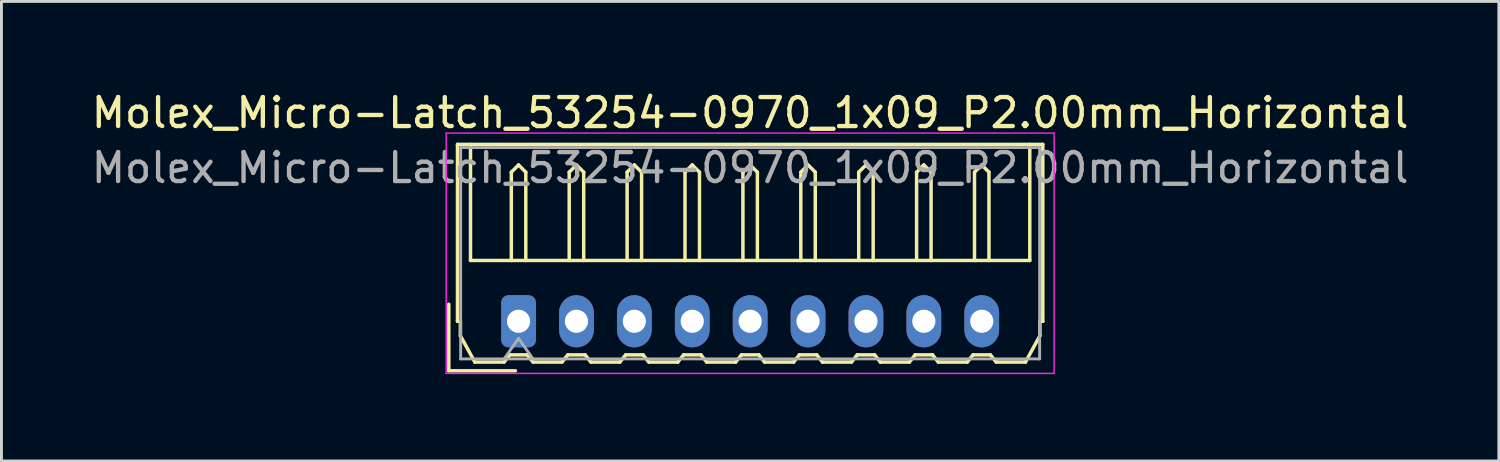
<source format=kicad_pcb>
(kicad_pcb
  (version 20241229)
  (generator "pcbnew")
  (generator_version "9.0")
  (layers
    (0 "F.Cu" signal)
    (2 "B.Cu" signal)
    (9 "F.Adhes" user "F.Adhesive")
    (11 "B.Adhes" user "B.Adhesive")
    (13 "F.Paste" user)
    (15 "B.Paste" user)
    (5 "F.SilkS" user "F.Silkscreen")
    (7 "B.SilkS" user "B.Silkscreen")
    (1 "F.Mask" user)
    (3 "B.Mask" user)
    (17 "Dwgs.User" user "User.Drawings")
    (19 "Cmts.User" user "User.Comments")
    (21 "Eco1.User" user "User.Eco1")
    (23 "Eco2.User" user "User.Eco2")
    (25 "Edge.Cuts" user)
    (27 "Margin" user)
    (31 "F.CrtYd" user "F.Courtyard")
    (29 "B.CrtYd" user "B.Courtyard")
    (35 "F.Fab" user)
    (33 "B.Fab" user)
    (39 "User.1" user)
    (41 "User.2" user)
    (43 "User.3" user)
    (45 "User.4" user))
  (footprint "Molex_Micro-Latch_53254-0970_1x09_P2.00mm_Horizontal"
    (layer "F.Cu")
    (at 14.863 8.048)
    (property "Reference" "Molex_Micro-Latch_53254-0970_1x09_P2.00mm_Horizontal" (at 8 -7.2 0) (layer "F.SilkS") (effects (font (size 1 1) (thickness 0.15))))
    (attr through_hole)
    (fp_line (start -2.41 1.71) (end -2.41 -0.59) (stroke (width 0.12) (type solid)) (layer "F.SilkS"))
    (fp_line (start -2.11 -6.11) (end 8 -6.11) (stroke (width 0.12) (type solid)) (layer "F.SilkS"))
    (fp_line (start -2.11 0) (end -2.11 -6.11) (stroke (width 0.12) (type solid)) (layer "F.SilkS"))
    (fp_line (start -2.01 0) (end -2.11 0) (stroke (width 0.12) (type solid)) (layer "F.SilkS"))
    (fp_line (start -2.01 0.5) (end -2.01 0) (stroke (width 0.12) (type solid)) (layer "F.SilkS"))
    (fp_line (start -1.66 -6.11) (end -1.66 -2.1) (stroke (width 0.12) (type solid)) (layer "F.SilkS"))
    (fp_line (start -1.66 -2.1) (end 17.66 -2.1) (stroke (width 0.12) (type solid)) (layer "F.SilkS"))
    (fp_line (start -1.51 1.41) (end -2.01 0.5) (stroke (width 0.12) (type solid)) (layer "F.SilkS"))
    (fp_line (start -0.5 1.41) (end -1.51 1.41) (stroke (width 0.12) (type solid)) (layer "F.SilkS"))
    (fp_line (start -0.3 1.16) (end -0.5 1.41) (stroke (width 0.12) (type solid)) (layer "F.SilkS"))
    (fp_line (start -0.3 1.16) (end 0.3 1.16) (stroke (width 0.12) (type solid)) (layer "F.SilkS"))
    (fp_line (start -0.25 -5.15) (end 0 -5.4) (stroke (width 0.12) (type solid)) (layer "F.SilkS"))
    (fp_line (start -0.25 -2.1) (end -0.25 -5.15) (stroke (width 0.12) (type solid)) (layer "F.SilkS"))
    (fp_line (start -0.11 1.71) (end -2.41 1.71) (stroke (width 0.12) (type solid)) (layer "F.SilkS"))
    (fp_line (start 0 -5.4) (end 0.25 -5.15) (stroke (width 0.12) (type solid)) (layer "F.SilkS"))
    (fp_line (start 0.25 -5.15) (end 0.25 -2.1) (stroke (width 0.12) (type solid)) (layer "F.SilkS"))
    (fp_line (start 0.3 1.16) (end 0.5 1.41) (stroke (width 0.12) (type solid)) (layer "F.SilkS"))
    (fp_line (start 0.5 1.41) (end 1.5 1.41) (stroke (width 0.12) (type solid)) (layer "F.SilkS"))
    (fp_line (start 1.5 1.41) (end 1.7 1.16) (stroke (width 0.12) (type solid)) (layer "F.SilkS"))
    (fp_line (start 1.7 1.16) (end 2.3 1.16) (stroke (width 0.12) (type solid)) (layer "F.SilkS"))
    (fp_line (start 1.75 -5.15) (end 2 -5.4) (stroke (width 0.12) (type solid)) (layer "F.SilkS"))
    (fp_line (start 1.75 -2.1) (end 1.75 -5.15) (stroke (width 0.12) (type solid)) (layer "F.SilkS"))
    (fp_line (start 2 -5.4) (end 2.25 -5.15) (stroke (width 0.12) (type solid)) (layer "F.SilkS"))
    (fp_line (start 2.25 -5.15) (end 2.25 -2.1) (stroke (width 0.12) (type solid)) (layer "F.SilkS"))
    (fp_line (start 2.3 1.16) (end 2.5 1.41) (stroke (width 0.12) (type solid)) (layer "F.SilkS"))
    (fp_line (start 2.5 1.41) (end 3.5 1.41) (stroke (width 0.12) (type solid)) (layer "F.SilkS"))
    (fp_line (start 3.5 1.41) (end 3.7 1.16) (stroke (width 0.12) (type solid)) (layer "F.SilkS"))
    (fp_line (start 3.7 1.16) (end 4.3 1.16) (stroke (width 0.12) (type solid)) (layer "F.SilkS"))
    (fp_line (start 3.75 -5.15) (end 4 -5.4) (stroke (width 0.12) (type solid)) (layer "F.SilkS"))
    (fp_line (start 3.75 -2.1) (end 3.75 -5.15) (stroke (width 0.12) (type solid)) (layer "F.SilkS"))
    (fp_line (start 4 -5.4) (end 4.25 -5.15) (stroke (width 0.12) (type solid)) (layer "F.SilkS"))
    (fp_line (start 4.25 -5.15) (end 4.25 -2.1) (stroke (width 0.12) (type solid)) (layer "F.SilkS"))
    (fp_line (start 4.3 1.16) (end 4.5 1.41) (stroke (width 0.12) (type solid)) (layer "F.SilkS"))
    (fp_line (start 4.5 1.41) (end 5.5 1.41) (stroke (width 0.12) (type solid)) (layer "F.SilkS"))
    (fp_line (start 5.5 1.41) (end 5.7 1.16) (stroke (width 0.12) (type solid)) (layer "F.SilkS"))
    (fp_line (start 5.7 1.16) (end 6.3 1.16) (stroke (width 0.12) (type solid)) (layer "F.SilkS"))
    (fp_line (start 5.75 -5.15) (end 6 -5.4) (stroke (width 0.12) (type solid)) (layer "F.SilkS"))
    (fp_line (start 5.75 -2.1) (end 5.75 -5.15) (stroke (width 0.12) (type solid)) (layer "F.SilkS"))
    (fp_line (start 6 -5.4) (end 6.25 -5.15) (stroke (width 0.12) (type solid)) (layer "F.SilkS"))
    (fp_line (start 6.25 -5.15) (end 6.25 -2.1) (stroke (width 0.12) (type solid)) (layer "F.SilkS"))
    (fp_line (start 6.3 1.16) (end 6.5 1.41) (stroke (width 0.12) (type solid)) (layer "F.SilkS"))
    (fp_line (start 6.5 1.41) (end 7.5 1.41) (stroke (width 0.12) (type solid)) (layer "F.SilkS"))
    (fp_line (start 7.5 1.41) (end 7.7 1.16) (stroke (width 0.12) (type solid)) (layer "F.SilkS"))
    (fp_line (start 7.7 1.16) (end 8.3 1.16) (stroke (width 0.12) (type solid)) (layer "F.SilkS"))
    (fp_line (start 7.75 -5.15) (end 8 -5.4) (stroke (width 0.12) (type solid)) (layer "F.SilkS"))
    (fp_line (start 7.75 -2.1) (end 7.75 -5.15) (stroke (width 0.12) (type solid)) (layer "F.SilkS"))
    (fp_line (start 8 -5.4) (end 8.25 -5.15) (stroke (width 0.12) (type solid)) (layer "F.SilkS"))
    (fp_line (start 8.25 -5.15) (end 8.25 -2.1) (stroke (width 0.12) (type solid)) (layer "F.SilkS"))
    (fp_line (start 8.3 1.16) (end 8.5 1.41) (stroke (width 0.12) (type solid)) (layer "F.SilkS"))
    (fp_line (start 8.5 1.41) (end 9.5 1.41) (stroke (width 0.12) (type solid)) (layer "F.SilkS"))
    (fp_line (start 9.5 1.41) (end 9.7 1.16) (stroke (width 0.12) (type solid)) (layer "F.SilkS"))
    (fp_line (start 9.7 1.16) (end 10.3 1.16) (stroke (width 0.12) (type solid)) (layer "F.SilkS"))
    (fp_line (start 9.75 -5.15) (end 10 -5.4) (stroke (width 0.12) (type solid)) (layer "F.SilkS"))
    (fp_line (start 9.75 -2.1) (end 9.75 -5.15) (stroke (width 0.12) (type solid)) (layer "F.SilkS"))
    (fp_line (start 10 -5.4) (end 10.25 -5.15) (stroke (width 0.12) (type solid)) (layer "F.SilkS"))
    (fp_line (start 10.25 -5.15) (end 10.25 -2.1) (stroke (width 0.12) (type solid)) (layer "F.SilkS"))
    (fp_line (start 10.3 1.16) (end 10.5 1.41) (stroke (width 0.12) (type solid)) (layer "F.SilkS"))
    (fp_line (start 10.5 1.41) (end 11.5 1.41) (stroke (width 0.12) (type solid)) (layer "F.SilkS"))
    (fp_line (start 11.5 1.41) (end 11.7 1.16) (stroke (width 0.12) (type solid)) (layer "F.SilkS"))
    (fp_line (start 11.7 1.16) (end 12.3 1.16) (stroke (width 0.12) (type solid)) (layer "F.SilkS"))
    (fp_line (start 11.75 -5.15) (end 12 -5.4) (stroke (width 0.12) (type solid)) (layer "F.SilkS"))
    (fp_line (start 11.75 -2.1) (end 11.75 -5.15) (stroke (width 0.12) (type solid)) (layer "F.SilkS"))
    (fp_line (start 12 -5.4) (end 12.25 -5.15) (stroke (width 0.12) (type solid)) (layer "F.SilkS"))
    (fp_line (start 12.25 -5.15) (end 12.25 -2.1) (stroke (width 0.12) (type solid)) (layer "F.SilkS"))
    (fp_line (start 12.3 1.16) (end 12.5 1.41) (stroke (width 0.12) (type solid)) (layer "F.SilkS"))
    (fp_line (start 12.5 1.41) (end 13.5 1.41) (stroke (width 0.12) (type solid)) (layer "F.SilkS"))
    (fp_line (start 13.5 1.41) (end 13.7 1.16) (stroke (width 0.12) (type solid)) (layer "F.SilkS"))
    (fp_line (start 13.7 1.16) (end 14.3 1.16) (stroke (width 0.12) (type solid)) (layer "F.SilkS"))
    (fp_line (start 13.75 -5.15) (end 14 -5.4) (stroke (width 0.12) (type solid)) (layer "F.SilkS"))
    (fp_line (start 13.75 -2.1) (end 13.75 -5.15) (stroke (width 0.12) (type solid)) (layer "F.SilkS"))
    (fp_line (start 14 -5.4) (end 14.25 -5.15) (stroke (width 0.12) (type solid)) (layer "F.SilkS"))
    (fp_line (start 14.25 -5.15) (end 14.25 -2.1) (stroke (width 0.12) (type solid)) (layer "F.SilkS"))
    (fp_line (start 14.3 1.16) (end 14.5 1.41) (stroke (width 0.12) (type solid)) (layer "F.SilkS"))
    (fp_line (start 14.5 1.41) (end 15.5 1.41) (stroke (width 0.12) (type solid)) (layer "F.SilkS"))
    (fp_line (start 15.5 1.41) (end 15.7 1.16) (stroke (width 0.12) (type solid)) (layer "F.SilkS"))
    (fp_line (start 15.7 1.16) (end 16.3 1.16) (stroke (width 0.12) (type solid)) (layer "F.SilkS"))
    (fp_line (start 15.75 -5.15) (end 16 -5.4) (stroke (width 0.12) (type solid)) (layer "F.SilkS"))
    (fp_line (start 15.75 -2.1) (end 15.75 -5.15) (stroke (width 0.12) (type solid)) (layer "F.SilkS"))
    (fp_line (start 16 -5.4) (end 16.25 -5.15) (stroke (width 0.12) (type solid)) (layer "F.SilkS"))
    (fp_line (start 16.25 -5.15) (end 16.25 -2.1) (stroke (width 0.12) (type solid)) (layer "F.SilkS"))
    (fp_line (start 16.3 1.16) (end 16.5 1.41) (stroke (width 0.12) (type solid)) (layer "F.SilkS"))
    (fp_line (start 16.5 1.41) (end 17.51 1.41) (stroke (width 0.12) (type solid)) (layer "F.SilkS"))
    (fp_line (start 17.51 1.41) (end 18.01 0.5) (stroke (width 0.12) (type solid)) (layer "F.SilkS"))
    (fp_line (start 17.66 -2.1) (end 17.66 -6.11) (stroke (width 0.12) (type solid)) (layer "F.SilkS"))
    (fp_line (start 18.01 0) (end 18.11 0) (stroke (width 0.12) (type solid)) (layer "F.SilkS"))
    (fp_line (start 18.01 0.5) (end 18.01 0) (stroke (width 0.12) (type solid)) (layer "F.SilkS"))
    (fp_line (start 18.11 -6.11) (end 8 -6.11) (stroke (width 0.12) (type solid)) (layer "F.SilkS"))
    (fp_line (start 18.11 0) (end 18.11 -6.11) (stroke (width 0.12) (type solid)) (layer "F.SilkS"))
    (fp_line (start -2.5 -6.5) (end -2.5 1.8) (stroke (width 0.05) (type solid)) (layer "F.CrtYd"))
    (fp_line (start -2.5 1.8) (end 18.5 1.8) (stroke (width 0.05) (type solid)) (layer "F.CrtYd"))
    (fp_line (start 18.5 -6.5) (end -2.5 -6.5) (stroke (width 0.05) (type solid)) (layer "F.CrtYd"))
    (fp_line (start 18.5 1.8) (end 18.5 -6.5) (stroke (width 0.05) (type solid)) (layer "F.CrtYd"))
    (fp_line (start -2 -6) (end -2 1.3) (stroke (width 0.1) (type solid)) (layer "F.Fab"))
    (fp_line (start -2 1.3) (end 18 1.3) (stroke (width 0.1) (type solid)) (layer "F.Fab"))
    (fp_line (start -0.5 1.3) (end 0 0.593) (stroke (width 0.1) (type solid)) (layer "F.Fab"))
    (fp_line (start 0 0.593) (end 0.5 1.3) (stroke (width 0.1) (type solid)) (layer "F.Fab"))
    (fp_line (start 18 -6) (end -2 -6) (stroke (width 0.1) (type solid)) (layer "F.Fab"))
    (fp_line (start 18 1.3) (end 18 -6) (stroke (width 0.1) (type solid)) (layer "F.Fab"))
    (fp_text user "${REFERENCE}" (at 8 -5.3 0) (layer "F.Fab") (effects (font (size 1 1) (thickness 0.15))))
    (pad "1" thru_hole roundrect (at 0 0) (size 1.2 1.8) (drill 0.8) (layers "*.Cu" "*.Mask") (roundrect_rratio 0.208))
    (pad "2" thru_hole oval (at 2 0) (size 1.2 1.8) (drill 0.8) (layers "*.Cu" "*.Mask"))
    (pad "3" thru_hole oval (at 4 0) (size 1.2 1.8) (drill 0.8) (layers "*.Cu" "*.Mask"))
    (pad "4" thru_hole oval (at 6 0) (size 1.2 1.8) (drill 0.8) (layers "*.Cu" "*.Mask"))
    (pad "5" thru_hole oval (at 8 0) (size 1.2 1.8) (drill 0.8) (layers "*.Cu" "*.Mask"))
    (pad "6" thru_hole oval (at 10 0) (size 1.2 1.8) (drill 0.8) (layers "*.Cu" "*.Mask"))
    (pad "7" thru_hole oval (at 12 0) (size 1.2 1.8) (drill 0.8) (layers "*.Cu" "*.Mask"))
    (pad "8" thru_hole oval (at 14 0) (size 1.2 1.8) (drill 0.8) (layers "*.Cu" "*.Mask"))
    (pad "9" thru_hole oval (at 16 0) (size 1.2 1.8) (drill 0.8) (layers "*.Cu" "*.Mask")))
  (gr_rect
    (start -3 -3)
    (end 48.726 12.873)
    (stroke (width 0.1) (type default))
    (fill no)
    (layer "Edge.Cuts")))
</source>
